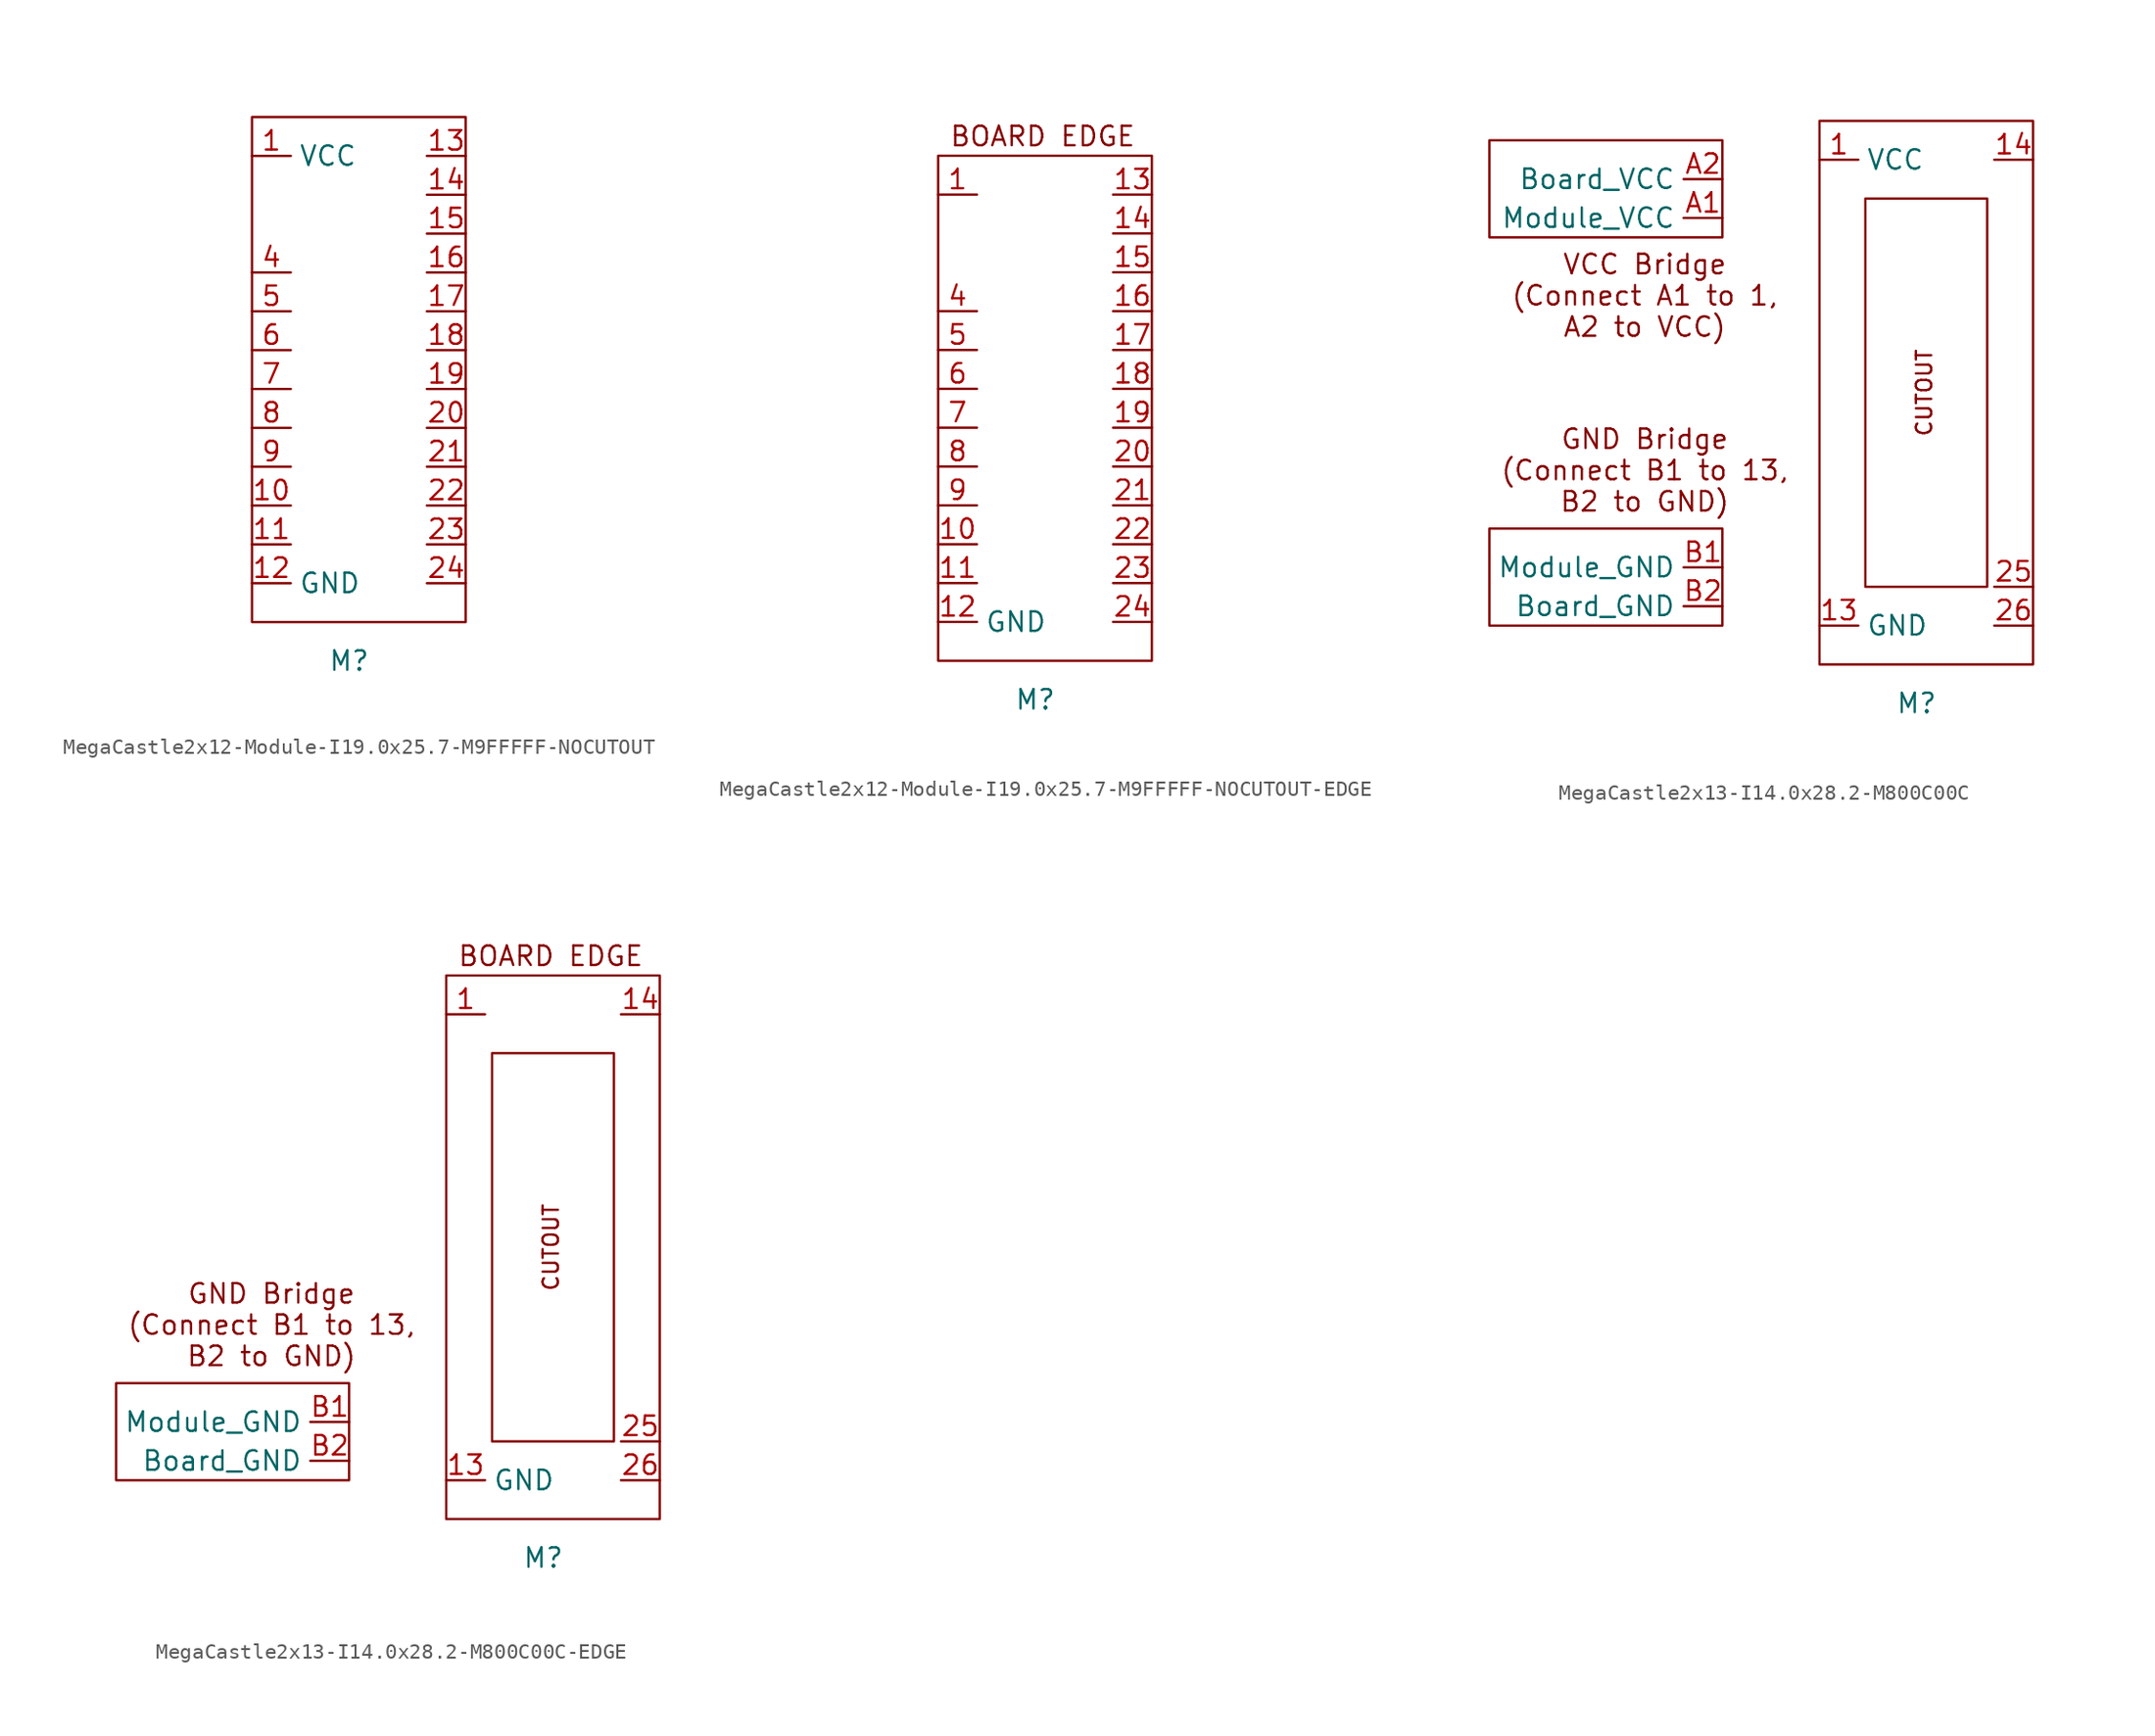
<source format=kicad_sym>
(kicad_symbol_lib
  (version 20241209)
  (generator "kicad_symbol_editor")
  (generator_version "9.0")
  (symbol "MegaCastle2x12-Module-I19.0x25.7-M9FFFFF-NOCUTOUT"
    (property "Reference" "M"
      (at 0 -19.05 0)
      (effects (font (size 1.27 1.27))))
    (property "Value" ""
      (at 0 5.08 0)
      (effects (font (size 1.27 1.27))))
    (symbol "MegaCastle2x12-Module-I19.0x25.7-M9FFFFF-NOCUTOUT_0_1"
      (rectangle (start -6.35 16.51) (end 7.62 -16.51) (stroke (width 0) (type default)) (fill (type none))))
    (symbol "MegaCastle2x12-Module-I19.0x25.7-M9FFFFF-NOCUTOUT_1_1"
      (pin bidirectional line (at -6.35 13.97 0) (length 2.54) (name "VCC" (effects (font (size 1.27 1.27)))) (number "1" (effects (font (size 1.27 1.27)))))
      (pin bidirectional line (at -6.35 6.35 0) (length 2.54) (name "" (effects (font (size 1.27 1.27)))) (number "4" (effects (font (size 1.27 1.27)))))
      (pin bidirectional line (at -6.35 3.81 0) (length 2.54) (name "" (effects (font (size 1.27 1.27)))) (number "5" (effects (font (size 1.27 1.27)))))
      (pin bidirectional line (at -6.35 1.27 0) (length 2.54) (name "" (effects (font (size 1.27 1.27)))) (number "6" (effects (font (size 1.27 1.27)))))
      (pin bidirectional line (at -6.35 -1.27 0) (length 2.54) (name "" (effects (font (size 1.27 1.27)))) (number "7" (effects (font (size 1.27 1.27)))))
      (pin bidirectional line (at -6.35 -3.81 0) (length 2.54) (name "" (effects (font (size 1.27 1.27)))) (number "8" (effects (font (size 1.27 1.27)))))
      (pin bidirectional line (at -6.35 -6.35 0) (length 2.54) (name "" (effects (font (size 1.27 1.27)))) (number "9" (effects (font (size 1.27 1.27)))))
      (pin bidirectional line (at -6.35 -8.89 0) (length 2.54) (name "" (effects (font (size 1.27 1.27)))) (number "10" (effects (font (size 1.27 1.27)))))
      (pin bidirectional line (at -6.35 -11.43 0) (length 2.54) (name "" (effects (font (size 1.27 1.27)))) (number "11" (effects (font (size 1.27 1.27)))))
      (pin bidirectional line (at -6.35 -13.97 0) (length 2.54) (name "GND" (effects (font (size 1.27 1.27)))) (number "12" (effects (font (size 1.27 1.27)))))
      (pin bidirectional line (at 7.62 13.97 180) (length 2.54) (name "" (effects (font (size 1.27 1.27)))) (number "13" (effects (font (size 1.27 1.27)))))
      (pin bidirectional line (at 7.62 11.43 180) (length 2.54) (name "" (effects (font (size 1.27 1.27)))) (number "14" (effects (font (size 1.27 1.27)))))
      (pin bidirectional line (at 7.62 8.89 180) (length 2.54) (name "" (effects (font (size 1.27 1.27)))) (number "15" (effects (font (size 1.27 1.27)))))
      (pin bidirectional line (at 7.62 6.35 180) (length 2.54) (name "" (effects (font (size 1.27 1.27)))) (number "16" (effects (font (size 1.27 1.27)))))
      (pin bidirectional line (at 7.62 3.81 180) (length 2.54) (name "" (effects (font (size 1.27 1.27)))) (number "17" (effects (font (size 1.27 1.27)))))
      (pin bidirectional line (at 7.62 1.27 180) (length 2.54) (name "" (effects (font (size 1.27 1.27)))) (number "18" (effects (font (size 1.27 1.27)))))
      (pin bidirectional line (at 7.62 -1.27 180) (length 2.54) (name "" (effects (font (size 1.27 1.27)))) (number "19" (effects (font (size 1.27 1.27)))))
      (pin bidirectional line (at 7.62 -3.81 180) (length 2.54) (name "" (effects (font (size 1.27 1.27)))) (number "20" (effects (font (size 1.27 1.27)))))
      (pin bidirectional line (at 7.62 -6.35 180) (length 2.54) (name "" (effects (font (size 1.27 1.27)))) (number "21" (effects (font (size 1.27 1.27)))))
      (pin bidirectional line (at 7.62 -8.89 180) (length 2.54) (name "" (effects (font (size 1.27 1.27)))) (number "22" (effects (font (size 1.27 1.27)))))
      (pin bidirectional line (at 7.62 -11.43 180) (length 2.54) (name "" (effects (font (size 1.27 1.27)))) (number "23" (effects (font (size 1.27 1.27)))))
      (pin bidirectional line (at 7.62 -13.97 180) (length 2.54) (name "" (effects (font (size 1.27 1.27)))) (number "24" (effects (font (size 1.27 1.27)))))))
  (symbol "MegaCastle2x12-Module-I19.0x25.7-M9FFFFF-NOCUTOUT-EDGE"
    (property "Reference" "M"
      (at 0 -19.05 0)
      (effects (font (size 1.27 1.27))))
    (property "Value" ""
      (at 0 5.08 0)
      (effects (font (size 1.27 1.27))))
    (symbol "MegaCastle2x12-Module-I19.0x25.7-M9FFFFF-NOCUTOUT-EDGE_0_1"
      (rectangle (start -6.35 16.51) (end 7.62 -16.51) (stroke (width 0) (type default)) (fill (type none))))
    (symbol "MegaCastle2x12-Module-I19.0x25.7-M9FFFFF-NOCUTOUT-EDGE_1_1"
      (text " BOARD EDGE" (at 0 17.78 0) (effects (font (size 1.27 1.27))))
      (pin bidirectional line (at -6.35 13.97 0) (length 2.54) (name "" (effects (font (size 1.27 1.27)))) (number "1" (effects (font (size 1.27 1.27)))))
      (pin bidirectional line (at -6.35 6.35 0) (length 2.54) (name "" (effects (font (size 1.27 1.27)))) (number "4" (effects (font (size 1.27 1.27)))))
      (pin bidirectional line (at -6.35 3.81 0) (length 2.54) (name "" (effects (font (size 1.27 1.27)))) (number "5" (effects (font (size 1.27 1.27)))))
      (pin bidirectional line (at -6.35 1.27 0) (length 2.54) (name "" (effects (font (size 1.27 1.27)))) (number "6" (effects (font (size 1.27 1.27)))))
      (pin bidirectional line (at -6.35 -1.27 0) (length 2.54) (name "" (effects (font (size 1.27 1.27)))) (number "7" (effects (font (size 1.27 1.27)))))
      (pin bidirectional line (at -6.35 -3.81 0) (length 2.54) (name "" (effects (font (size 1.27 1.27)))) (number "8" (effects (font (size 1.27 1.27)))))
      (pin bidirectional line (at -6.35 -6.35 0) (length 2.54) (name "" (effects (font (size 1.27 1.27)))) (number "9" (effects (font (size 1.27 1.27)))))
      (pin bidirectional line (at -6.35 -8.89 0) (length 2.54) (name "" (effects (font (size 1.27 1.27)))) (number "10" (effects (font (size 1.27 1.27)))))
      (pin bidirectional line (at -6.35 -11.43 0) (length 2.54) (name "" (effects (font (size 1.27 1.27)))) (number "11" (effects (font (size 1.27 1.27)))))
      (pin bidirectional line (at -6.35 -13.97 0) (length 2.54) (name "GND" (effects (font (size 1.27 1.27)))) (number "12" (effects (font (size 1.27 1.27)))))
      (pin bidirectional line (at 7.62 13.97 180) (length 2.54) (name "" (effects (font (size 1.27 1.27)))) (number "13" (effects (font (size 1.27 1.27)))))
      (pin bidirectional line (at 7.62 11.43 180) (length 2.54) (name "" (effects (font (size 1.27 1.27)))) (number "14" (effects (font (size 1.27 1.27)))))
      (pin bidirectional line (at 7.62 8.89 180) (length 2.54) (name "" (effects (font (size 1.27 1.27)))) (number "15" (effects (font (size 1.27 1.27)))))
      (pin bidirectional line (at 7.62 6.35 180) (length 2.54) (name "" (effects (font (size 1.27 1.27)))) (number "16" (effects (font (size 1.27 1.27)))))
      (pin bidirectional line (at 7.62 3.81 180) (length 2.54) (name "" (effects (font (size 1.27 1.27)))) (number "17" (effects (font (size 1.27 1.27)))))
      (pin bidirectional line (at 7.62 1.27 180) (length 2.54) (name "" (effects (font (size 1.27 1.27)))) (number "18" (effects (font (size 1.27 1.27)))))
      (pin bidirectional line (at 7.62 -1.27 180) (length 2.54) (name "" (effects (font (size 1.27 1.27)))) (number "19" (effects (font (size 1.27 1.27)))))
      (pin bidirectional line (at 7.62 -3.81 180) (length 2.54) (name "" (effects (font (size 1.27 1.27)))) (number "20" (effects (font (size 1.27 1.27)))))
      (pin bidirectional line (at 7.62 -6.35 180) (length 2.54) (name "" (effects (font (size 1.27 1.27)))) (number "21" (effects (font (size 1.27 1.27)))))
      (pin bidirectional line (at 7.62 -8.89 180) (length 2.54) (name "" (effects (font (size 1.27 1.27)))) (number "22" (effects (font (size 1.27 1.27)))))
      (pin bidirectional line (at 7.62 -11.43 180) (length 2.54) (name "" (effects (font (size 1.27 1.27)))) (number "23" (effects (font (size 1.27 1.27)))))
      (pin bidirectional line (at 7.62 -13.97 180) (length 2.54) (name "" (effects (font (size 1.27 1.27)))) (number "24" (effects (font (size 1.27 1.27)))))))
  (symbol "MegaCastle2x13-I14.0x28.2-M800C00C"
    (property "Reference" "M"
      (at 0 -20.32 0)
      (effects (font (size 1.27 1.27))))
    (property "Value" ""
      (at 0 5.08 0)
      (effects (font (size 1.27 1.27))))
    (symbol "MegaCastle2x13-I14.0x28.2-M800C00C_0_1"
      (rectangle (start -27.94 16.51) (end -12.7 10.16) (stroke (width 0) (type default)) (fill (type none)))
      (rectangle (start -27.94 -8.89) (end -12.7 -15.24) (stroke (width 0) (type default)) (fill (type none)))
      (rectangle (start -6.35 17.78) (end 7.62 -17.78) (stroke (width 0) (type default)) (fill (type none)))
      (rectangle (start -3.35 12.7) (end 4.62 -12.7) (stroke (width 0) (type default)) (fill (type none))))
    (symbol "MegaCastle2x13-I14.0x28.2-M800C00C_1_1"
      (text "VCC Bridge\n(Connect A1 to 1,\nA2 to VCC)" (at -17.78 6.35 0) (effects (font (size 1.27 1.27))))
      (text "GND Bridge\n(Connect B1 to 13,\nB2 to GND)" (at -17.78 -5.08 0) (effects (font (size 1.27 1.27))))
      (text "CUTOUT" (at 0.5 0 900) (effects (font (size 1 1))))
      (pin bidirectional line (at -12.7 13.97 180) (length 2.54) (name "Board_VCC" (effects (font (size 1.27 1.27)))) (number "A2" (effects (font (size 1.27 1.27)))))
      (pin bidirectional line (at -12.7 11.43 180) (length 2.54) (name "Module_VCC" (effects (font (size 1.27 1.27)))) (number "A1" (effects (font (size 1.27 1.27)))))
      (pin bidirectional line (at -12.7 -11.43 180) (length 2.54) (name "Module_GND" (effects (font (size 1.27 1.27)))) (number "B1" (effects (font (size 1.27 1.27)))))
      (pin bidirectional line (at -12.7 -13.97 180) (length 2.54) (name "Board_GND" (effects (font (size 1.27 1.27)))) (number "B2" (effects (font (size 1.27 1.27)))))
      (pin bidirectional line (at -6.35 15.24 0) (length 2.54) (name "VCC" (effects (font (size 1.27 1.27)))) (number "1" (effects (font (size 1.27 1.27)))))
      (pin bidirectional line (at -6.35 -15.24 0) (length 2.54) (name "GND" (effects (font (size 1.27 1.27)))) (number "13" (effects (font (size 1.27 1.27)))))
      (pin bidirectional line (at 7.62 15.24 180) (length 2.54) (name "" (effects (font (size 1.27 1.27)))) (number "14" (effects (font (size 1.27 1.27)))))
      (pin bidirectional line (at 7.62 -12.7 180) (length 2.54) (name "" (effects (font (size 1.27 1.27)))) (number "25" (effects (font (size 1.27 1.27)))))
      (pin bidirectional line (at 7.62 -15.24 180) (length 2.54) (name "" (effects (font (size 1.27 1.27)))) (number "26" (effects (font (size 1.27 1.27)))))))
  (symbol "MegaCastle2x13-I14.0x28.2-M800C00C-EDGE"
    (property "Reference" "M"
      (at 0 -20.32 0)
      (effects (font (size 1.27 1.27))))
    (property "Value" ""
      (at 0 5.08 0)
      (effects (font (size 1.27 1.27))))
    (symbol "MegaCastle2x13-I14.0x28.2-M800C00C-EDGE_0_1"
      (rectangle (start -27.94 -8.89) (end -12.7 -15.24) (stroke (width 0) (type default)) (fill (type none)))
      (rectangle (start -6.35 17.78) (end 7.62 -17.78) (stroke (width 0) (type default)) (fill (type none)))
      (rectangle (start -3.35 12.7) (end 4.62 -12.7) (stroke (width 0) (type default)) (fill (type none))))
    (symbol "MegaCastle2x13-I14.0x28.2-M800C00C-EDGE_1_1"
      (text "GND Bridge\n(Connect B1 to 13,\nB2 to GND)" (at -17.78 -5.08 0) (effects (font (size 1.27 1.27))))
      (text " BOARD EDGE" (at 0 19.05 0) (effects (font (size 1.27 1.27))))
      (text "CUTOUT" (at 0.5 0 900) (effects (font (size 1 1))))
      (pin bidirectional line (at -12.7 -11.43 180) (length 2.54) (name "Module_GND" (effects (font (size 1.27 1.27)))) (number "B1" (effects (font (size 1.27 1.27)))))
      (pin bidirectional line (at -12.7 -13.97 180) (length 2.54) (name "Board_GND" (effects (font (size 1.27 1.27)))) (number "B2" (effects (font (size 1.27 1.27)))))
      (pin bidirectional line (at -6.35 15.24 0) (length 2.54) (name "" (effects (font (size 1.27 1.27)))) (number "1" (effects (font (size 1.27 1.27)))))
      (pin bidirectional line (at -6.35 -15.24 0) (length 2.54) (name "GND" (effects (font (size 1.27 1.27)))) (number "13" (effects (font (size 1.27 1.27)))))
      (pin bidirectional line (at 7.62 15.24 180) (length 2.54) (name "" (effects (font (size 1.27 1.27)))) (number "14" (effects (font (size 1.27 1.27)))))
      (pin bidirectional line (at 7.62 -12.7 180) (length 2.54) (name "" (effects (font (size 1.27 1.27)))) (number "25" (effects (font (size 1.27 1.27)))))
      (pin bidirectional line (at 7.62 -15.24 180) (length 2.54) (name "" (effects (font (size 1.27 1.27)))) (number "26" (effects (font (size 1.27 1.27))))))))
</source>
